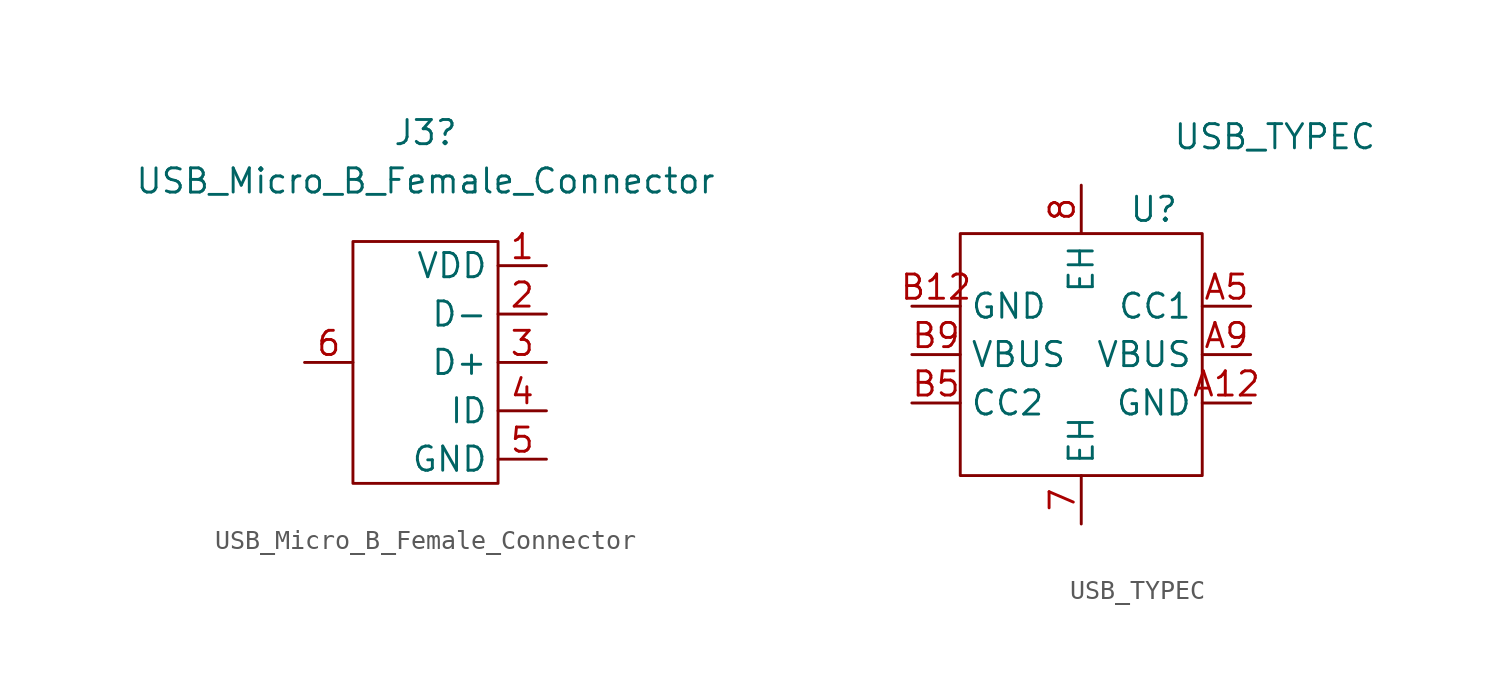
<source format=kicad_sym>
(kicad_symbol_lib
  (version 20211014)
  (generator kicad_symbol_editor)
  (symbol "USB_Micro_B_Female_Connector"
    (property "Reference" "J3"
      (at 1.27 12.065 0)
      (effects (font (size 1.27 1.27))))
    (property "Value" "USB_Micro_B_Female_Connector"
      (at 1.27 9.525 0)
      (effects (font (size 1.27 1.27))))
    (symbol "USB_Micro_B_Female_Connector_0_1"
      (rectangle (start 5.08 6.35) (end -2.54 -6.35) (stroke (width 0.152) (type default) (color 0 0 0 0)) (fill (type none))))
    (symbol "USB_Micro_B_Female_Connector_1_1"
      (pin power_out line (at 7.62 5.08 180) (length 2.54) (name "VDD" (effects (font (size 1.27 1.27)))) (number "1" (effects (font (size 1.27 1.27)))))
      (pin input line (at 7.62 2.54 180) (length 2.54) (name "D-" (effects (font (size 1.27 1.27)))) (number "2" (effects (font (size 1.27 1.27)))))
      (pin input line (at 7.62 0 180) (length 2.54) (name "D+" (effects (font (size 1.27 1.27)))) (number "3" (effects (font (size 1.27 1.27)))))
      (pin passive line (at 7.62 -2.54 180) (length 2.54) (name "ID" (effects (font (size 1.27 1.27)))) (number "4" (effects (font (size 1.27 1.27)))))
      (pin power_in line (at 7.62 -5.08 180) (length 2.54) (name "GND" (effects (font (size 1.27 1.27)))) (number "5" (effects (font (size 1.27 1.27)))))
      (pin passive line (at -5.08 0 0) (length 2.54) (name "" (effects (font (size 1.27 1.27)))) (number "6" (effects (font (size 1.27 1.27)))))))
  (symbol "USB_TYPEC"
    (property "Reference" "U"
      (at 3.81 7.62 0)
      (effects (font (size 1.27 1.27))))
    (property "Value" "USB_TYPEC"
      (at 10.16 11.43 0)
      (effects (font (size 1.27 1.27))))
    (symbol "USB_TYPEC_0_1"
      (rectangle (start -6.35 6.35) (end 6.35 -6.35) (stroke (width 0.152) (type default) (color 0 0 0 0)) (fill (type none))))
    (symbol "USB_TYPEC_1_1"
      (pin passive line (at 0 -8.89 90) (length 2.54) (name "EH" (effects (font (size 1.27 1.27)))) (number "7" (effects (font (size 1.27 1.27)))))
      (pin passive line (at 0 8.89 270) (length 2.54) (name "EH" (effects (font (size 1.27 1.27)))) (number "8" (effects (font (size 1.27 1.27)))))
      (pin power_out line (at 8.89 -2.54 180) (length 2.54) (name "GND" (effects (font (size 1.27 1.27)))) (number "A12" (effects (font (size 1.27 1.27)))))
      (pin input line (at 8.89 2.54 180) (length 2.54) (name "CC1" (effects (font (size 1.27 1.27)))) (number "A5" (effects (font (size 1.27 1.27)))))
      (pin input line (at 8.89 0 180) (length 2.54) (name "VBUS" (effects (font (size 1.27 1.27)))) (number "A9" (effects (font (size 1.27 1.27)))))
      (pin power_out line (at -8.89 2.54 0) (length 2.54) (name "GND" (effects (font (size 1.27 1.27)))) (number "B12" (effects (font (size 1.27 1.27)))))
      (pin passive line (at -8.89 -2.54 0) (length 2.54) (name "CC2" (effects (font (size 1.27 1.27)))) (number "B5" (effects (font (size 1.27 1.27)))))
      (pin power_out line (at -8.89 0 0) (length 2.54) (name "VBUS" (effects (font (size 1.27 1.27)))) (number "B9" (effects (font (size 1.27 1.27))))))))
</source>
